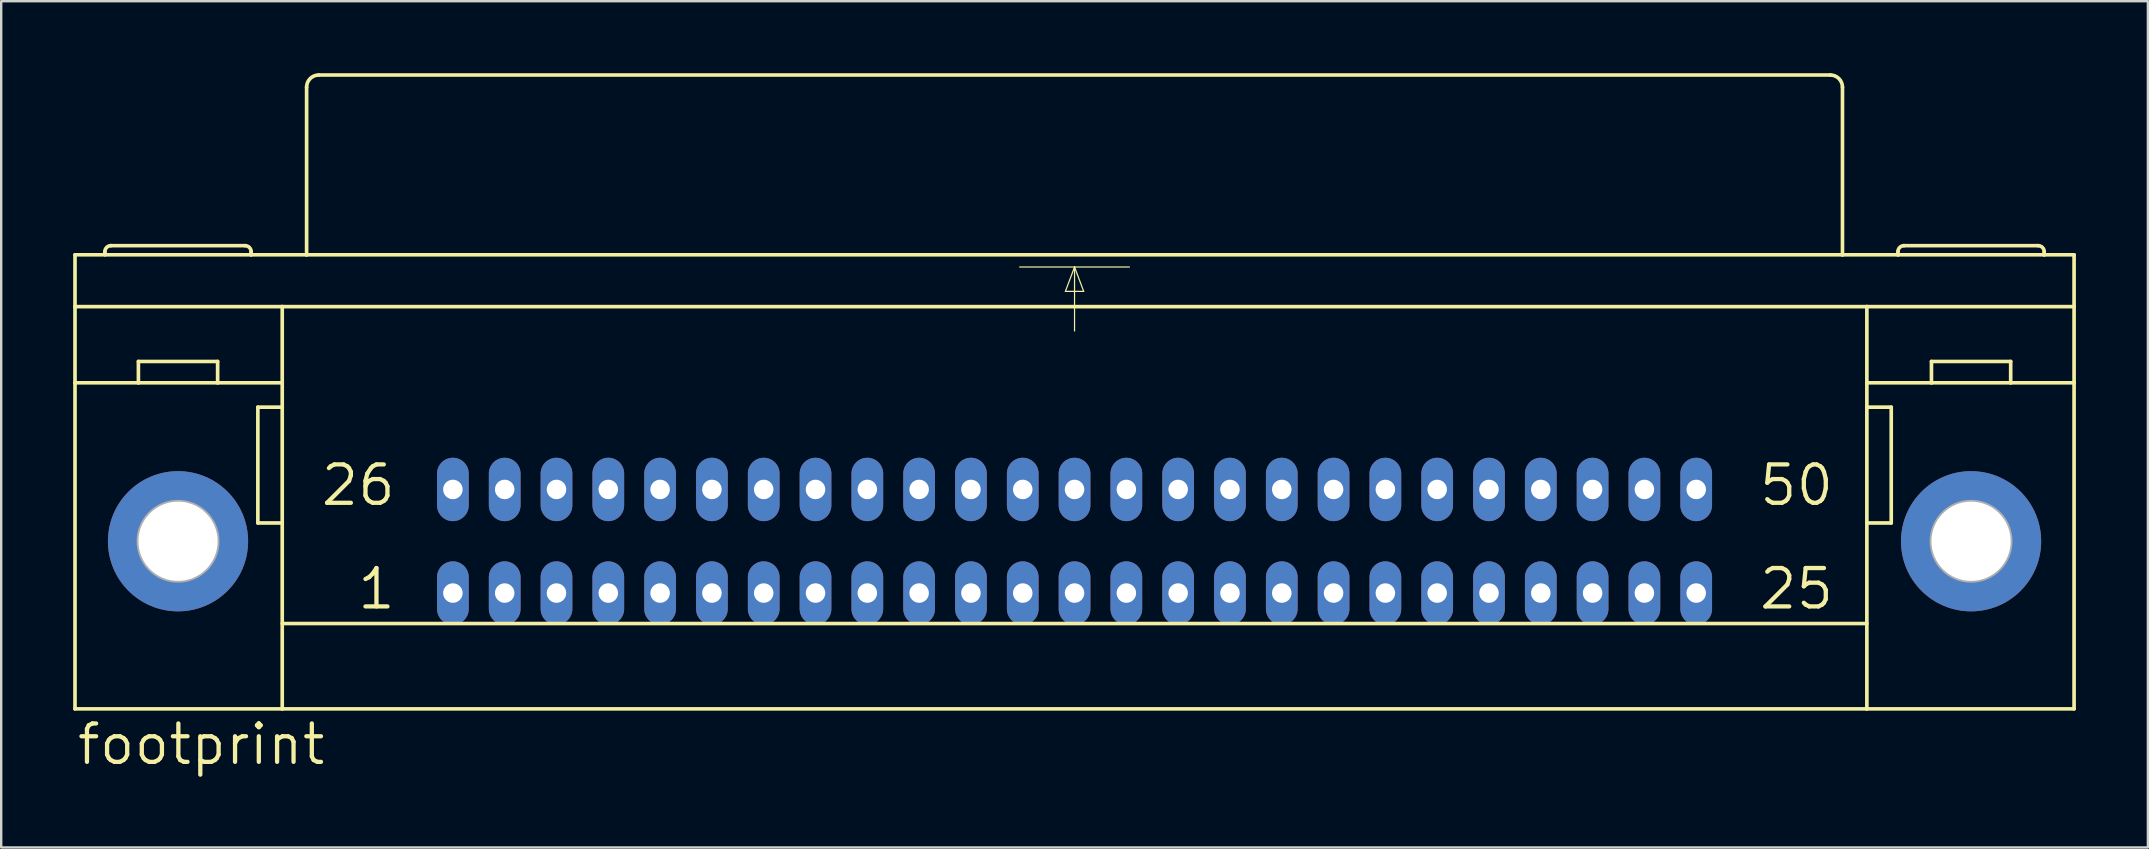
<source format=kicad_pcb>
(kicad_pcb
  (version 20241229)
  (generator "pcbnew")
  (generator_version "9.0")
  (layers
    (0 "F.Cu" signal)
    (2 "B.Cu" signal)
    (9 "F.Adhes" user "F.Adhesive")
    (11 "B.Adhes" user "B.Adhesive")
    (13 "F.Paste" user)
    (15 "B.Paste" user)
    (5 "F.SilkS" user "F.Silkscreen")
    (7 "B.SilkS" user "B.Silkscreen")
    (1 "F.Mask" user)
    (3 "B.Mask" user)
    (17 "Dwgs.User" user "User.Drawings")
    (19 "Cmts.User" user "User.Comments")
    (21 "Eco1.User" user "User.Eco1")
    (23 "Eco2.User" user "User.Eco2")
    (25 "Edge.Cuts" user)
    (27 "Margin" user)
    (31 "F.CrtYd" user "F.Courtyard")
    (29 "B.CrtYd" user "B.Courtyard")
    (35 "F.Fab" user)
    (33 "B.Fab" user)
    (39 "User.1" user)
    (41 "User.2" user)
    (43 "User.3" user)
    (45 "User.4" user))
  (footprint "footprint"
    (layer "F.Cu")
    (at 41.732 19.507)
    (property "Reference" "footprint" (at -41.656 9.398 0) (layer "F.SilkS") (effects (font (size 1.6 1.6) (thickness 0.178)) (justify left bottom)))
    (fp_line (start -41.656 -11.938) (end -34.315 -11.938) (stroke (width 0.152) (type solid)) (layer "F.SilkS"))
    (fp_line (start -41.656 -9.779) (end -41.656 -11.938) (stroke (width 0.152) (type solid)) (layer "F.SilkS"))
    (fp_line (start -41.656 -9.779) (end -33.02 -9.779) (stroke (width 0.152) (type solid)) (layer "F.SilkS"))
    (fp_line (start -41.656 -6.604) (end -41.656 -9.779) (stroke (width 0.152) (type solid)) (layer "F.SilkS"))
    (fp_line (start -41.656 6.985) (end -41.656 -6.604) (stroke (width 0.152) (type solid)) (layer "F.SilkS"))
    (fp_line (start -41.656 6.985) (end -33.02 6.985) (stroke (width 0.152) (type solid)) (layer "F.SilkS"))
    (fp_line (start -40.411 -11.938) (end -40.411 -12.065) (stroke (width 0.152) (type solid)) (layer "F.SilkS"))
    (fp_line (start -39.014 -6.604) (end -41.656 -6.604) (stroke (width 0.152) (type solid)) (layer "F.SilkS"))
    (fp_line (start -39.014 -6.604) (end -39.014 -7.493) (stroke (width 0.152) (type solid)) (layer "F.SilkS"))
    (fp_line (start -35.712 -7.493) (end -39.014 -7.493) (stroke (width 0.152) (type solid)) (layer "F.SilkS"))
    (fp_line (start -35.712 -6.604) (end -39.014 -6.604) (stroke (width 0.152) (type solid)) (layer "F.SilkS"))
    (fp_line (start -35.712 -6.604) (end -35.712 -7.493) (stroke (width 0.152) (type solid)) (layer "F.SilkS"))
    (fp_line (start -34.569 -12.319) (end -40.157 -12.319) (stroke (width 0.152) (type solid)) (layer "F.SilkS"))
    (fp_line (start -34.315 -11.938) (end -34.315 -12.065) (stroke (width 0.152) (type solid)) (layer "F.SilkS"))
    (fp_line (start -34.315 -11.938) (end -32.004 -11.938) (stroke (width 0.152) (type solid)) (layer "F.SilkS"))
    (fp_line (start -34.036 -5.588) (end -34.036 -0.762) (stroke (width 0.152) (type solid)) (layer "F.SilkS"))
    (fp_line (start -34.036 -0.762) (end -33.02 -0.762) (stroke (width 0.152) (type solid)) (layer "F.SilkS"))
    (fp_line (start -33.02 -9.779) (end 33.02 -9.779) (stroke (width 0.152) (type solid)) (layer "F.SilkS"))
    (fp_line (start -33.02 -6.604) (end -35.712 -6.604) (stroke (width 0.152) (type solid)) (layer "F.SilkS"))
    (fp_line (start -33.02 -5.588) (end -34.036 -5.588) (stroke (width 0.152) (type solid)) (layer "F.SilkS"))
    (fp_line (start -33.02 -5.588) (end -33.02 -9.779) (stroke (width 0.152) (type solid)) (layer "F.SilkS"))
    (fp_line (start -33.02 -0.762) (end -33.02 -5.588) (stroke (width 0.152) (type solid)) (layer "F.SilkS"))
    (fp_line (start -33.02 3.429) (end 33.02 3.429) (stroke (width 0.152) (type solid)) (layer "F.SilkS"))
    (fp_line (start -33.02 6.985) (end -33.02 -0.762) (stroke (width 0.152) (type solid)) (layer "F.SilkS"))
    (fp_line (start -33.02 6.985) (end 33.02 6.985) (stroke (width 0.152) (type solid)) (layer "F.SilkS"))
    (fp_line (start -32.004 -11.938) (end -32.004 -18.923) (stroke (width 0.152) (type solid)) (layer "F.SilkS"))
    (fp_line (start -32.004 -11.938) (end 32.004 -11.938) (stroke (width 0.152) (type solid)) (layer "F.SilkS"))
    (fp_line (start -31.496 -19.431) (end 31.496 -19.431) (stroke (width 0.152) (type solid)) (layer "F.SilkS"))
    (fp_line (start -2.286 -11.43) (end 0 -11.43) (stroke (width 0.051) (type solid)) (layer "F.SilkS"))
    (fp_line (start -0.381 -10.414) (end 0.381 -10.414) (stroke (width 0.051) (type solid)) (layer "F.SilkS"))
    (fp_line (start 0 -11.43) (end -0.381 -10.414) (stroke (width 0.051) (type solid)) (layer "F.SilkS"))
    (fp_line (start 0 -11.43) (end 0 -8.763) (stroke (width 0.051) (type solid)) (layer "F.SilkS"))
    (fp_line (start 0 -11.43) (end 2.286 -11.43) (stroke (width 0.051) (type solid)) (layer "F.SilkS"))
    (fp_line (start 0.381 -10.414) (end 0 -11.43) (stroke (width 0.051) (type solid)) (layer "F.SilkS"))
    (fp_line (start 32.004 -11.938) (end 32.004 -18.923) (stroke (width 0.152) (type solid)) (layer "F.SilkS"))
    (fp_line (start 32.004 -11.938) (end 34.315 -11.938) (stroke (width 0.152) (type solid)) (layer "F.SilkS"))
    (fp_line (start 33.02 -9.779) (end 41.656 -9.779) (stroke (width 0.152) (type solid)) (layer "F.SilkS"))
    (fp_line (start 33.02 -6.604) (end 35.712 -6.604) (stroke (width 0.152) (type solid)) (layer "F.SilkS"))
    (fp_line (start 33.02 -5.588) (end 33.02 -9.779) (stroke (width 0.152) (type solid)) (layer "F.SilkS"))
    (fp_line (start 33.02 -5.588) (end 34.036 -5.588) (stroke (width 0.152) (type solid)) (layer "F.SilkS"))
    (fp_line (start 33.02 -0.762) (end 33.02 -5.588) (stroke (width 0.152) (type solid)) (layer "F.SilkS"))
    (fp_line (start 33.02 6.985) (end 33.02 -0.762) (stroke (width 0.152) (type solid)) (layer "F.SilkS"))
    (fp_line (start 33.02 6.985) (end 41.656 6.985) (stroke (width 0.152) (type solid)) (layer "F.SilkS"))
    (fp_line (start 34.036 -5.588) (end 34.036 -0.762) (stroke (width 0.152) (type solid)) (layer "F.SilkS"))
    (fp_line (start 34.036 -0.762) (end 33.02 -0.762) (stroke (width 0.152) (type solid)) (layer "F.SilkS"))
    (fp_line (start 34.315 -11.938) (end 34.315 -12.065) (stroke (width 0.152) (type solid)) (layer "F.SilkS"))
    (fp_line (start 34.315 -11.938) (end 40.411 -11.938) (stroke (width 0.152) (type solid)) (layer "F.SilkS"))
    (fp_line (start 34.569 -12.319) (end 40.157 -12.319) (stroke (width 0.152) (type solid)) (layer "F.SilkS"))
    (fp_line (start 35.712 -7.493) (end 39.014 -7.493) (stroke (width 0.152) (type solid)) (layer "F.SilkS"))
    (fp_line (start 35.712 -6.604) (end 35.712 -7.493) (stroke (width 0.152) (type solid)) (layer "F.SilkS"))
    (fp_line (start 35.712 -6.604) (end 39.014 -6.604) (stroke (width 0.152) (type solid)) (layer "F.SilkS"))
    (fp_line (start 39.014 -6.604) (end 39.014 -7.493) (stroke (width 0.152) (type solid)) (layer "F.SilkS"))
    (fp_line (start 39.014 -6.604) (end 41.656 -6.604) (stroke (width 0.152) (type solid)) (layer "F.SilkS"))
    (fp_line (start 40.411 -11.938) (end 40.411 -12.065) (stroke (width 0.152) (type solid)) (layer "F.SilkS"))
    (fp_line (start 40.411 -11.938) (end 41.656 -11.938) (stroke (width 0.152) (type solid)) (layer "F.SilkS"))
    (fp_line (start 41.656 -11.938) (end 41.656 -6.604) (stroke (width 0.152) (type solid)) (layer "F.SilkS"))
    (fp_line (start 41.656 -6.604) (end 41.656 6.985) (stroke (width 0.152) (type solid)) (layer "F.SilkS"))
    (fp_arc (start -40.4114 -12.065) (mid -40.337005 -12.244605) (end -40.1574 -12.319) (stroke (width 0.1524) (type solid)) (layer "F.SilkS"))
    (fp_arc (start -34.5694 -12.319) (mid -34.389795 -12.244605) (end -34.3154 -12.065) (stroke (width 0.1524) (type solid)) (layer "F.SilkS"))
    (fp_arc (start -32.004 -18.923) (mid -31.85521 -19.28221) (end -31.496 -19.431) (stroke (width 0.1524) (type solid)) (layer "F.SilkS"))
    (fp_arc (start 31.496 -19.431) (mid 31.85521 -19.28221) (end 32.004 -18.923) (stroke (width 0.1524) (type solid)) (layer "F.SilkS"))
    (fp_arc (start 34.3154 -12.065) (mid 34.389795 -12.244605) (end 34.5694 -12.319) (stroke (width 0.1524) (type solid)) (layer "F.SilkS"))
    (fp_arc (start 40.1574 -12.319) (mid 40.337005 -12.244605) (end 40.4114 -12.065) (stroke (width 0.1524) (type solid)) (layer "F.SilkS"))
    (fp_circle (center -37.363 0) (end -35.712 0) (stroke (width 0.152) (type solid)) (fill no) (layer "F.Fab"))
    (fp_circle (center 37.363 0) (end 39.014 0) (stroke (width 0.152) (type solid)) (fill no) (layer "F.Fab"))
    (fp_text user "25" (at 28.448 2.921 0) (layer "F.SilkS") (effects (font (size 1.6 1.6) (thickness 0.178)) (justify left bottom)))
    (fp_text user "26" (at -31.496 -1.397 0) (layer "F.SilkS") (effects (font (size 1.6 1.6) (thickness 0.178)) (justify left bottom)))
    (fp_text user "1" (at -29.972 2.921 0) (layer "F.SilkS") (effects (font (size 1.6 1.6) (thickness 0.178)) (justify left bottom)))
    (fp_text user "50" (at 28.448 -1.397 0) (layer "F.SilkS") (effects (font (size 1.6 1.6) (thickness 0.178)) (justify left bottom)))
    (pad "1" thru_hole oval (at -25.908 2.159 90) (size 2.642 1.321) (drill 0.813) (layers "*.Cu" "*.Mask"))
    (pad "2" thru_hole oval (at -23.749 2.159 90) (size 2.642 1.321) (drill 0.813) (layers "*.Cu" "*.Mask"))
    (pad "3" thru_hole oval (at -21.59 2.159 90) (size 2.642 1.321) (drill 0.813) (layers "*.Cu" "*.Mask"))
    (pad "4" thru_hole oval (at -19.431 2.159 90) (size 2.642 1.321) (drill 0.813) (layers "*.Cu" "*.Mask"))
    (pad "5" thru_hole oval (at -17.272 2.159 90) (size 2.642 1.321) (drill 0.813) (layers "*.Cu" "*.Mask"))
    (pad "6" thru_hole oval (at -15.113 2.159 90) (size 2.642 1.321) (drill 0.813) (layers "*.Cu" "*.Mask"))
    (pad "7" thru_hole oval (at -12.954 2.159 90) (size 2.642 1.321) (drill 0.813) (layers "*.Cu" "*.Mask"))
    (pad "8" thru_hole oval (at -10.795 2.159 90) (size 2.642 1.321) (drill 0.813) (layers "*.Cu" "*.Mask"))
    (pad "9" thru_hole oval (at -8.636 2.159 90) (size 2.642 1.321) (drill 0.813) (layers "*.Cu" "*.Mask"))
    (pad "10" thru_hole oval (at -6.477 2.159 90) (size 2.642 1.321) (drill 0.813) (layers "*.Cu" "*.Mask"))
    (pad "11" thru_hole oval (at -4.318 2.159 90) (size 2.642 1.321) (drill 0.813) (layers "*.Cu" "*.Mask"))
    (pad "12" thru_hole oval (at -2.159 2.159 90) (size 2.642 1.321) (drill 0.813) (layers "*.Cu" "*.Mask"))
    (pad "13" thru_hole oval (at 0 2.159 90) (size 2.642 1.321) (drill 0.813) (layers "*.Cu" "*.Mask"))
    (pad "14" thru_hole oval (at 2.159 2.159 90) (size 2.642 1.321) (drill 0.813) (layers "*.Cu" "*.Mask"))
    (pad "15" thru_hole oval (at 4.318 2.159 90) (size 2.642 1.321) (drill 0.813) (layers "*.Cu" "*.Mask"))
    (pad "16" thru_hole oval (at 6.477 2.159 90) (size 2.642 1.321) (drill 0.813) (layers "*.Cu" "*.Mask"))
    (pad "17" thru_hole oval (at 8.636 2.159 90) (size 2.642 1.321) (drill 0.813) (layers "*.Cu" "*.Mask"))
    (pad "18" thru_hole oval (at 10.795 2.159 90) (size 2.642 1.321) (drill 0.813) (layers "*.Cu" "*.Mask"))
    (pad "19" thru_hole oval (at 12.954 2.159 90) (size 2.642 1.321) (drill 0.813) (layers "*.Cu" "*.Mask"))
    (pad "20" thru_hole oval (at 15.113 2.159 90) (size 2.642 1.321) (drill 0.813) (layers "*.Cu" "*.Mask"))
    (pad "21" thru_hole oval (at 17.272 2.159 90) (size 2.642 1.321) (drill 0.813) (layers "*.Cu" "*.Mask"))
    (pad "22" thru_hole oval (at 19.431 2.159 90) (size 2.642 1.321) (drill 0.813) (layers "*.Cu" "*.Mask"))
    (pad "23" thru_hole oval (at 21.59 2.159 90) (size 2.642 1.321) (drill 0.813) (layers "*.Cu" "*.Mask"))
    (pad "24" thru_hole oval (at 23.749 2.159 90) (size 2.642 1.321) (drill 0.813) (layers "*.Cu" "*.Mask"))
    (pad "25" thru_hole oval (at 25.908 2.159 90) (size 2.642 1.321) (drill 0.813) (layers "*.Cu" "*.Mask"))
    (pad "26" thru_hole oval (at -25.908 -2.159 90) (size 2.642 1.321) (drill 0.813) (layers "*.Cu" "*.Mask"))
    (pad "27" thru_hole oval (at -23.749 -2.159 90) (size 2.642 1.321) (drill 0.813) (layers "*.Cu" "*.Mask"))
    (pad "28" thru_hole oval (at -21.59 -2.159 90) (size 2.642 1.321) (drill 0.813) (layers "*.Cu" "*.Mask"))
    (pad "29" thru_hole oval (at -19.431 -2.159 90) (size 2.642 1.321) (drill 0.813) (layers "*.Cu" "*.Mask"))
    (pad "30" thru_hole oval (at -17.272 -2.159 90) (size 2.642 1.321) (drill 0.813) (layers "*.Cu" "*.Mask"))
    (pad "31" thru_hole oval (at -15.113 -2.159 90) (size 2.642 1.321) (drill 0.813) (layers "*.Cu" "*.Mask"))
    (pad "32" thru_hole oval (at -12.954 -2.159 90) (size 2.642 1.321) (drill 0.813) (layers "*.Cu" "*.Mask"))
    (pad "33" thru_hole oval (at -10.795 -2.159 90) (size 2.642 1.321) (drill 0.813) (layers "*.Cu" "*.Mask"))
    (pad "34" thru_hole oval (at -8.636 -2.159 90) (size 2.642 1.321) (drill 0.813) (layers "*.Cu" "*.Mask"))
    (pad "35" thru_hole oval (at -6.477 -2.159 90) (size 2.642 1.321) (drill 0.813) (layers "*.Cu" "*.Mask"))
    (pad "36" thru_hole oval (at -4.318 -2.159 90) (size 2.642 1.321) (drill 0.813) (layers "*.Cu" "*.Mask"))
    (pad "37" thru_hole oval (at -2.159 -2.159 90) (size 2.642 1.321) (drill 0.813) (layers "*.Cu" "*.Mask"))
    (pad "38" thru_hole oval (at 0 -2.159 90) (size 2.642 1.321) (drill 0.813) (layers "*.Cu" "*.Mask"))
    (pad "39" thru_hole oval (at 2.159 -2.159 90) (size 2.642 1.321) (drill 0.813) (layers "*.Cu" "*.Mask"))
    (pad "40" thru_hole oval (at 4.318 -2.159 90) (size 2.642 1.321) (drill 0.813) (layers "*.Cu" "*.Mask"))
    (pad "41" thru_hole oval (at 6.477 -2.159 90) (size 2.642 1.321) (drill 0.813) (layers "*.Cu" "*.Mask"))
    (pad "42" thru_hole oval (at 8.636 -2.159 90) (size 2.642 1.321) (drill 0.813) (layers "*.Cu" "*.Mask"))
    (pad "43" thru_hole oval (at 10.795 -2.159 90) (size 2.642 1.321) (drill 0.813) (layers "*.Cu" "*.Mask"))
    (pad "44" thru_hole oval (at 12.954 -2.159 90) (size 2.642 1.321) (drill 0.813) (layers "*.Cu" "*.Mask"))
    (pad "45" thru_hole oval (at 15.113 -2.159 90) (size 2.642 1.321) (drill 0.813) (layers "*.Cu" "*.Mask"))
    (pad "46" thru_hole oval (at 17.272 -2.159 90) (size 2.642 1.321) (drill 0.813) (layers "*.Cu" "*.Mask"))
    (pad "47" thru_hole oval (at 19.431 -2.159 90) (size 2.642 1.321) (drill 0.813) (layers "*.Cu" "*.Mask"))
    (pad "48" thru_hole oval (at 21.59 -2.159 90) (size 2.642 1.321) (drill 0.813) (layers "*.Cu" "*.Mask"))
    (pad "49" thru_hole oval (at 23.749 -2.159 90) (size 2.642 1.321) (drill 0.813) (layers "*.Cu" "*.Mask"))
    (pad "50" thru_hole oval (at 25.908 -2.159 90) (size 2.642 1.321) (drill 0.813) (layers "*.Cu" "*.Mask"))
    (pad "G" thru_hole circle (at -37.363 0) (size 5.842 5.842) (drill 3.302) (layers "*.Cu" "*.Mask"))
    (pad "G1" thru_hole circle (at 37.363 0) (size 5.842 5.842) (drill 3.302) (layers "*.Cu" "*.Mask")))
  (gr_rect
    (start -3 -3)
    (end 86.464 32.268)
    (stroke (width 0.1) (type default))
    (fill no)
    (layer "Edge.Cuts")))
</source>
